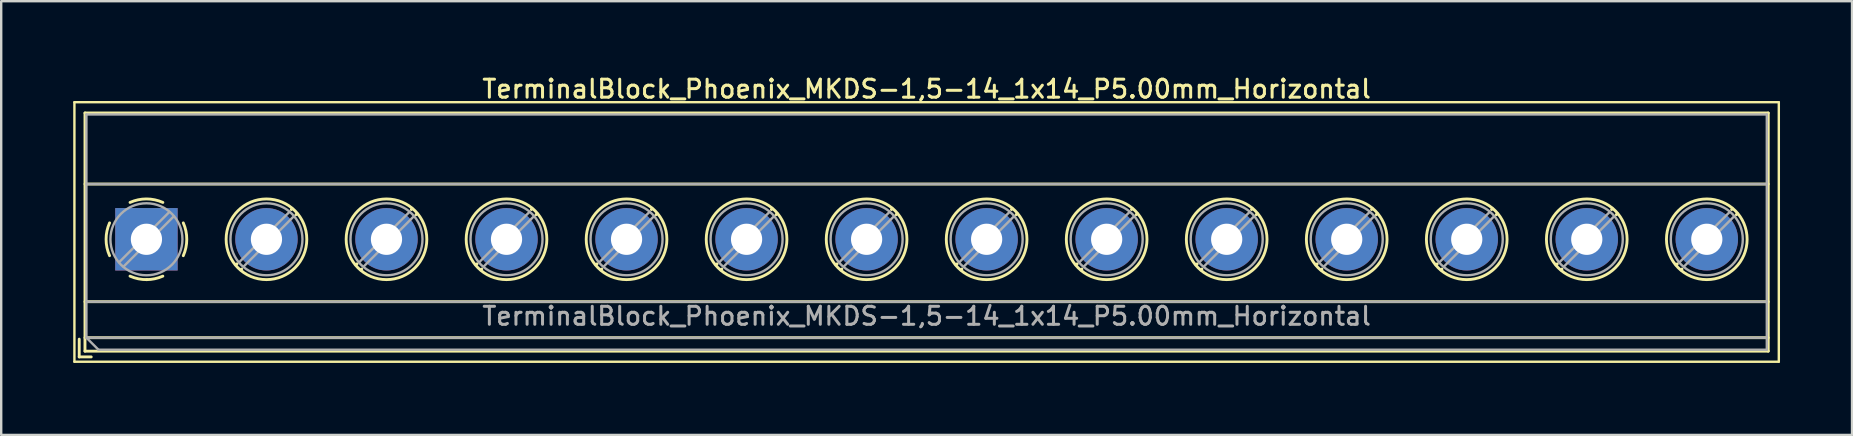
<source format=kicad_pcb>
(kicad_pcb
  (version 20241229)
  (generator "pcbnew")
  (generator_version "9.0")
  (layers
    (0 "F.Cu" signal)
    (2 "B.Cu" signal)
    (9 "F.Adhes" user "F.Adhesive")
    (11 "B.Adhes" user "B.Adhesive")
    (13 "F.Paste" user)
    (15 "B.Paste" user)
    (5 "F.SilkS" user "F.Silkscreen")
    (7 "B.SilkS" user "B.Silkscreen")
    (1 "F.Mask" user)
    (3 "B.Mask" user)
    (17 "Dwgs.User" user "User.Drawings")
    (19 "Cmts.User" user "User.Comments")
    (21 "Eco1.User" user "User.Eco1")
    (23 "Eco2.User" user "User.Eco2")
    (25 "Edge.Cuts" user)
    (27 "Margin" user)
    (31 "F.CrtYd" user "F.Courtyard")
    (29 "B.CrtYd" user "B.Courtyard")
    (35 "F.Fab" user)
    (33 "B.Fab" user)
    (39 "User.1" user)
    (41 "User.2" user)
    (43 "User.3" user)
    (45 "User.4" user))
  (footprint "TerminalBlock_Phoenix_MKDS-1,5-14_1x14_P5.00mm_Horizontal"
    (layer "F.Cu")
    (at 3.05 6.918)
    (property "Reference" "TerminalBlock_Phoenix_MKDS-1,5-14_1x14_P5.00mm_Horizontal" (at 32.5 -6.26 0) (layer "F.SilkS") (effects (font (size 0.75 0.75) (thickness 0.125))))
    (attr through_hole)
    (fp_line (start -3 -5.71) (end -3 5.1) (stroke (width 0.1) (type solid)) (layer "F.SilkS"))
    (fp_line (start -3 5.1) (end 68 5.1) (stroke (width 0.1) (type solid)) (layer "F.SilkS"))
    (fp_line (start -2.8 4.16) (end -2.8 4.9) (stroke (width 0.12) (type solid)) (layer "F.SilkS"))
    (fp_line (start -2.8 4.9) (end -2.3 4.9) (stroke (width 0.12) (type solid)) (layer "F.SilkS"))
    (fp_line (start -2.56 -5.261) (end -2.56 4.66) (stroke (width 0.12) (type solid)) (layer "F.SilkS"))
    (fp_line (start -2.56 -5.261) (end 67.56 -5.261) (stroke (width 0.12) (type solid)) (layer "F.SilkS"))
    (fp_line (start -2.56 -2.301) (end 67.56 -2.301) (stroke (width 0.12) (type solid)) (layer "F.SilkS"))
    (fp_line (start -2.56 2.6) (end 67.56 2.6) (stroke (width 0.12) (type solid)) (layer "F.SilkS"))
    (fp_line (start -2.56 4.1) (end 67.56 4.1) (stroke (width 0.12) (type solid)) (layer "F.SilkS"))
    (fp_line (start -2.56 4.66) (end 67.56 4.66) (stroke (width 0.12) (type solid)) (layer "F.SilkS"))
    (fp_line (start 3.773 1.023) (end 3.726 1.069) (stroke (width 0.12) (type solid)) (layer "F.SilkS"))
    (fp_line (start 3.966 1.239) (end 3.931 1.274) (stroke (width 0.12) (type solid)) (layer "F.SilkS"))
    (fp_line (start 6.07 -1.275) (end 6.035 -1.239) (stroke (width 0.12) (type solid)) (layer "F.SilkS"))
    (fp_line (start 6.275 -1.069) (end 6.228 -1.023) (stroke (width 0.12) (type solid)) (layer "F.SilkS"))
    (fp_line (start 8.773 1.023) (end 8.726 1.069) (stroke (width 0.12) (type solid)) (layer "F.SilkS"))
    (fp_line (start 8.966 1.239) (end 8.931 1.274) (stroke (width 0.12) (type solid)) (layer "F.SilkS"))
    (fp_line (start 11.07 -1.275) (end 11.035 -1.239) (stroke (width 0.12) (type solid)) (layer "F.SilkS"))
    (fp_line (start 11.275 -1.069) (end 11.228 -1.023) (stroke (width 0.12) (type solid)) (layer "F.SilkS"))
    (fp_line (start 13.773 1.023) (end 13.726 1.069) (stroke (width 0.12) (type solid)) (layer "F.SilkS"))
    (fp_line (start 13.966 1.239) (end 13.931 1.274) (stroke (width 0.12) (type solid)) (layer "F.SilkS"))
    (fp_line (start 16.07 -1.275) (end 16.035 -1.239) (stroke (width 0.12) (type solid)) (layer "F.SilkS"))
    (fp_line (start 16.275 -1.069) (end 16.228 -1.023) (stroke (width 0.12) (type solid)) (layer "F.SilkS"))
    (fp_line (start 18.773 1.023) (end 18.726 1.069) (stroke (width 0.12) (type solid)) (layer "F.SilkS"))
    (fp_line (start 18.966 1.239) (end 18.931 1.274) (stroke (width 0.12) (type solid)) (layer "F.SilkS"))
    (fp_line (start 21.07 -1.275) (end 21.035 -1.239) (stroke (width 0.12) (type solid)) (layer "F.SilkS"))
    (fp_line (start 21.275 -1.069) (end 21.228 -1.023) (stroke (width 0.12) (type solid)) (layer "F.SilkS"))
    (fp_line (start 23.773 1.023) (end 23.726 1.069) (stroke (width 0.12) (type solid)) (layer "F.SilkS"))
    (fp_line (start 23.966 1.239) (end 23.931 1.274) (stroke (width 0.12) (type solid)) (layer "F.SilkS"))
    (fp_line (start 26.07 -1.275) (end 26.035 -1.239) (stroke (width 0.12) (type solid)) (layer "F.SilkS"))
    (fp_line (start 26.275 -1.069) (end 26.228 -1.023) (stroke (width 0.12) (type solid)) (layer "F.SilkS"))
    (fp_line (start 28.773 1.023) (end 28.726 1.069) (stroke (width 0.12) (type solid)) (layer "F.SilkS"))
    (fp_line (start 28.966 1.239) (end 28.931 1.274) (stroke (width 0.12) (type solid)) (layer "F.SilkS"))
    (fp_line (start 31.07 -1.275) (end 31.035 -1.239) (stroke (width 0.12) (type solid)) (layer "F.SilkS"))
    (fp_line (start 31.275 -1.069) (end 31.228 -1.023) (stroke (width 0.12) (type solid)) (layer "F.SilkS"))
    (fp_line (start 33.773 1.023) (end 33.726 1.069) (stroke (width 0.12) (type solid)) (layer "F.SilkS"))
    (fp_line (start 33.966 1.239) (end 33.931 1.274) (stroke (width 0.12) (type solid)) (layer "F.SilkS"))
    (fp_line (start 36.07 -1.275) (end 36.035 -1.239) (stroke (width 0.12) (type solid)) (layer "F.SilkS"))
    (fp_line (start 36.275 -1.069) (end 36.228 -1.023) (stroke (width 0.12) (type solid)) (layer "F.SilkS"))
    (fp_line (start 38.773 1.023) (end 38.726 1.069) (stroke (width 0.12) (type solid)) (layer "F.SilkS"))
    (fp_line (start 38.966 1.239) (end 38.931 1.274) (stroke (width 0.12) (type solid)) (layer "F.SilkS"))
    (fp_line (start 41.07 -1.275) (end 41.035 -1.239) (stroke (width 0.12) (type solid)) (layer "F.SilkS"))
    (fp_line (start 41.275 -1.069) (end 41.228 -1.023) (stroke (width 0.12) (type solid)) (layer "F.SilkS"))
    (fp_line (start 43.773 1.023) (end 43.726 1.069) (stroke (width 0.12) (type solid)) (layer "F.SilkS"))
    (fp_line (start 43.966 1.239) (end 43.931 1.274) (stroke (width 0.12) (type solid)) (layer "F.SilkS"))
    (fp_line (start 46.07 -1.275) (end 46.035 -1.239) (stroke (width 0.12) (type solid)) (layer "F.SilkS"))
    (fp_line (start 46.275 -1.069) (end 46.228 -1.023) (stroke (width 0.12) (type solid)) (layer "F.SilkS"))
    (fp_line (start 48.773 1.023) (end 48.726 1.069) (stroke (width 0.12) (type solid)) (layer "F.SilkS"))
    (fp_line (start 48.966 1.239) (end 48.931 1.274) (stroke (width 0.12) (type solid)) (layer "F.SilkS"))
    (fp_line (start 51.07 -1.275) (end 51.035 -1.239) (stroke (width 0.12) (type solid)) (layer "F.SilkS"))
    (fp_line (start 51.275 -1.069) (end 51.228 -1.023) (stroke (width 0.12) (type solid)) (layer "F.SilkS"))
    (fp_line (start 53.773 1.023) (end 53.726 1.069) (stroke (width 0.12) (type solid)) (layer "F.SilkS"))
    (fp_line (start 53.966 1.239) (end 53.931 1.274) (stroke (width 0.12) (type solid)) (layer "F.SilkS"))
    (fp_line (start 56.07 -1.275) (end 56.035 -1.239) (stroke (width 0.12) (type solid)) (layer "F.SilkS"))
    (fp_line (start 56.275 -1.069) (end 56.228 -1.023) (stroke (width 0.12) (type solid)) (layer "F.SilkS"))
    (fp_line (start 58.773 1.023) (end 58.726 1.069) (stroke (width 0.12) (type solid)) (layer "F.SilkS"))
    (fp_line (start 58.966 1.239) (end 58.931 1.274) (stroke (width 0.12) (type solid)) (layer "F.SilkS"))
    (fp_line (start 61.07 -1.275) (end 61.035 -1.239) (stroke (width 0.12) (type solid)) (layer "F.SilkS"))
    (fp_line (start 61.275 -1.069) (end 61.228 -1.023) (stroke (width 0.12) (type solid)) (layer "F.SilkS"))
    (fp_line (start 63.773 1.023) (end 63.726 1.069) (stroke (width 0.12) (type solid)) (layer "F.SilkS"))
    (fp_line (start 63.966 1.239) (end 63.931 1.274) (stroke (width 0.12) (type solid)) (layer "F.SilkS"))
    (fp_line (start 66.07 -1.275) (end 66.035 -1.239) (stroke (width 0.12) (type solid)) (layer "F.SilkS"))
    (fp_line (start 66.275 -1.069) (end 66.228 -1.023) (stroke (width 0.12) (type solid)) (layer "F.SilkS"))
    (fp_line (start 67.56 -5.261) (end 67.56 4.66) (stroke (width 0.12) (type solid)) (layer "F.SilkS"))
    (fp_line (start 68 -5.71) (end -3 -5.71) (stroke (width 0.1) (type solid)) (layer "F.SilkS"))
    (fp_line (start 68 5.1) (end 68 -5.71) (stroke (width 0.1) (type solid)) (layer "F.SilkS"))
    (fp_arc (start -1.535427 0.683042) (mid -1.680501 -0.000524) (end -1.535 -0.684) (stroke (width 0.12) (type solid)) (layer "F.SilkS"))
    (fp_arc (start -0.683042 -1.535427) (mid 0.000524 -1.680501) (end 0.684 -1.535) (stroke (width 0.12) (type solid)) (layer "F.SilkS"))
    (fp_arc (start 0.028805 1.680253) (mid -0.335551 1.646659) (end -0.684 1.535) (stroke (width 0.12) (type solid)) (layer "F.SilkS"))
    (fp_arc (start 0.683318 1.534756) (mid 0.349292 1.643288) (end 0 1.68) (stroke (width 0.12) (type solid)) (layer "F.SilkS"))
    (fp_arc (start 1.535427 -0.683042) (mid 1.680501 0.000524) (end 1.535 0.684) (stroke (width 0.12) (type solid)) (layer "F.SilkS"))
    (fp_circle (center 5 0) (end 6.68 0) (stroke (width 0.12) (type solid)) (fill no) (layer "F.SilkS"))
    (fp_circle (center 10 0) (end 11.68 0) (stroke (width 0.12) (type solid)) (fill no) (layer "F.SilkS"))
    (fp_circle (center 15 0) (end 16.68 0) (stroke (width 0.12) (type solid)) (fill no) (layer "F.SilkS"))
    (fp_circle (center 20 0) (end 21.68 0) (stroke (width 0.12) (type solid)) (fill no) (layer "F.SilkS"))
    (fp_circle (center 25 0) (end 26.68 0) (stroke (width 0.12) (type solid)) (fill no) (layer "F.SilkS"))
    (fp_circle (center 30 0) (end 31.68 0) (stroke (width 0.12) (type solid)) (fill no) (layer "F.SilkS"))
    (fp_circle (center 35 0) (end 36.68 0) (stroke (width 0.12) (type solid)) (fill no) (layer "F.SilkS"))
    (fp_circle (center 40 0) (end 41.68 0) (stroke (width 0.12) (type solid)) (fill no) (layer "F.SilkS"))
    (fp_circle (center 45 0) (end 46.68 0) (stroke (width 0.12) (type solid)) (fill no) (layer "F.SilkS"))
    (fp_circle (center 50 0) (end 51.68 0) (stroke (width 0.12) (type solid)) (fill no) (layer "F.SilkS"))
    (fp_circle (center 55 0) (end 56.68 0) (stroke (width 0.12) (type solid)) (fill no) (layer "F.SilkS"))
    (fp_circle (center 60 0) (end 61.68 0) (stroke (width 0.12) (type solid)) (fill no) (layer "F.SilkS"))
    (fp_circle (center 65 0) (end 66.68 0) (stroke (width 0.12) (type solid)) (fill no) (layer "F.SilkS"))
    (fp_line (start -2.5 -5.2) (end 67.5 -5.2) (stroke (width 0.1) (type solid)) (layer "F.Fab"))
    (fp_line (start -2.5 -2.3) (end 67.5 -2.3) (stroke (width 0.1) (type solid)) (layer "F.Fab"))
    (fp_line (start -2.5 2.6) (end 67.5 2.6) (stroke (width 0.1) (type solid)) (layer "F.Fab"))
    (fp_line (start -2.5 4.1) (end -2.5 -5.2) (stroke (width 0.1) (type solid)) (layer "F.Fab"))
    (fp_line (start -2.5 4.1) (end 67.5 4.1) (stroke (width 0.1) (type solid)) (layer "F.Fab"))
    (fp_line (start -2 4.6) (end -2.5 4.1) (stroke (width 0.1) (type solid)) (layer "F.Fab"))
    (fp_line (start 0.955 -1.138) (end -1.138 0.955) (stroke (width 0.1) (type solid)) (layer "F.Fab"))
    (fp_line (start 1.138 -0.955) (end -0.955 1.138) (stroke (width 0.1) (type solid)) (layer "F.Fab"))
    (fp_line (start 5.955 -1.138) (end 3.863 0.955) (stroke (width 0.1) (type solid)) (layer "F.Fab"))
    (fp_line (start 6.138 -0.955) (end 4.046 1.138) (stroke (width 0.1) (type solid)) (layer "F.Fab"))
    (fp_line (start 10.955 -1.138) (end 8.863 0.955) (stroke (width 0.1) (type solid)) (layer "F.Fab"))
    (fp_line (start 11.138 -0.955) (end 9.046 1.138) (stroke (width 0.1) (type solid)) (layer "F.Fab"))
    (fp_line (start 15.955 -1.138) (end 13.863 0.955) (stroke (width 0.1) (type solid)) (layer "F.Fab"))
    (fp_line (start 16.138 -0.955) (end 14.046 1.138) (stroke (width 0.1) (type solid)) (layer "F.Fab"))
    (fp_line (start 20.955 -1.138) (end 18.863 0.955) (stroke (width 0.1) (type solid)) (layer "F.Fab"))
    (fp_line (start 21.138 -0.955) (end 19.046 1.138) (stroke (width 0.1) (type solid)) (layer "F.Fab"))
    (fp_line (start 25.955 -1.138) (end 23.863 0.955) (stroke (width 0.1) (type solid)) (layer "F.Fab"))
    (fp_line (start 26.138 -0.955) (end 24.046 1.138) (stroke (width 0.1) (type solid)) (layer "F.Fab"))
    (fp_line (start 30.955 -1.138) (end 28.863 0.955) (stroke (width 0.1) (type solid)) (layer "F.Fab"))
    (fp_line (start 31.138 -0.955) (end 29.046 1.138) (stroke (width 0.1) (type solid)) (layer "F.Fab"))
    (fp_line (start 35.955 -1.138) (end 33.863 0.955) (stroke (width 0.1) (type solid)) (layer "F.Fab"))
    (fp_line (start 36.138 -0.955) (end 34.046 1.138) (stroke (width 0.1) (type solid)) (layer "F.Fab"))
    (fp_line (start 40.955 -1.138) (end 38.863 0.955) (stroke (width 0.1) (type solid)) (layer "F.Fab"))
    (fp_line (start 41.138 -0.955) (end 39.046 1.138) (stroke (width 0.1) (type solid)) (layer "F.Fab"))
    (fp_line (start 45.955 -1.138) (end 43.863 0.955) (stroke (width 0.1) (type solid)) (layer "F.Fab"))
    (fp_line (start 46.138 -0.955) (end 44.046 1.138) (stroke (width 0.1) (type solid)) (layer "F.Fab"))
    (fp_line (start 50.955 -1.138) (end 48.863 0.955) (stroke (width 0.1) (type solid)) (layer "F.Fab"))
    (fp_line (start 51.138 -0.955) (end 49.046 1.138) (stroke (width 0.1) (type solid)) (layer "F.Fab"))
    (fp_line (start 55.955 -1.138) (end 53.863 0.955) (stroke (width 0.1) (type solid)) (layer "F.Fab"))
    (fp_line (start 56.138 -0.955) (end 54.046 1.138) (stroke (width 0.1) (type solid)) (layer "F.Fab"))
    (fp_line (start 60.955 -1.138) (end 58.863 0.955) (stroke (width 0.1) (type solid)) (layer "F.Fab"))
    (fp_line (start 61.138 -0.955) (end 59.046 1.138) (stroke (width 0.1) (type solid)) (layer "F.Fab"))
    (fp_line (start 65.955 -1.138) (end 63.863 0.955) (stroke (width 0.1) (type solid)) (layer "F.Fab"))
    (fp_line (start 66.138 -0.955) (end 64.046 1.138) (stroke (width 0.1) (type solid)) (layer "F.Fab"))
    (fp_line (start 67.5 -5.2) (end 67.5 4.6) (stroke (width 0.1) (type solid)) (layer "F.Fab"))
    (fp_line (start 67.5 4.6) (end -2 4.6) (stroke (width 0.1) (type solid)) (layer "F.Fab"))
    (fp_circle (center 0 0) (end 1.5 0) (stroke (width 0.1) (type solid)) (fill no) (layer "F.Fab"))
    (fp_circle (center 5 0) (end 6.5 0) (stroke (width 0.1) (type solid)) (fill no) (layer "F.Fab"))
    (fp_circle (center 10 0) (end 11.5 0) (stroke (width 0.1) (type solid)) (fill no) (layer "F.Fab"))
    (fp_circle (center 15 0) (end 16.5 0) (stroke (width 0.1) (type solid)) (fill no) (layer "F.Fab"))
    (fp_circle (center 20 0) (end 21.5 0) (stroke (width 0.1) (type solid)) (fill no) (layer "F.Fab"))
    (fp_circle (center 25 0) (end 26.5 0) (stroke (width 0.1) (type solid)) (fill no) (layer "F.Fab"))
    (fp_circle (center 30 0) (end 31.5 0) (stroke (width 0.1) (type solid)) (fill no) (layer "F.Fab"))
    (fp_circle (center 35 0) (end 36.5 0) (stroke (width 0.1) (type solid)) (fill no) (layer "F.Fab"))
    (fp_circle (center 40 0) (end 41.5 0) (stroke (width 0.1) (type solid)) (fill no) (layer "F.Fab"))
    (fp_circle (center 45 0) (end 46.5 0) (stroke (width 0.1) (type solid)) (fill no) (layer "F.Fab"))
    (fp_circle (center 50 0) (end 51.5 0) (stroke (width 0.1) (type solid)) (fill no) (layer "F.Fab"))
    (fp_circle (center 55 0) (end 56.5 0) (stroke (width 0.1) (type solid)) (fill no) (layer "F.Fab"))
    (fp_circle (center 60 0) (end 61.5 0) (stroke (width 0.1) (type solid)) (fill no) (layer "F.Fab"))
    (fp_circle (center 65 0) (end 66.5 0) (stroke (width 0.1) (type solid)) (fill no) (layer "F.Fab"))
    (fp_text user "${REFERENCE}" (at 32.5 3.2 0) (layer "F.Fab") (effects (font (size 0.75 0.75) (thickness 0.125))))
    (pad "1" thru_hole rect (at 0 0) (size 2.6 2.6) (drill 1.3) (layers "*.Cu" "*.Mask"))
    (pad "2" thru_hole circle (at 5 0) (size 2.6 2.6) (drill 1.3) (layers "*.Cu" "*.Mask"))
    (pad "3" thru_hole circle (at 10 0) (size 2.6 2.6) (drill 1.3) (layers "*.Cu" "*.Mask"))
    (pad "4" thru_hole circle (at 15 0) (size 2.6 2.6) (drill 1.3) (layers "*.Cu" "*.Mask"))
    (pad "5" thru_hole circle (at 20 0) (size 2.6 2.6) (drill 1.3) (layers "*.Cu" "*.Mask"))
    (pad "6" thru_hole circle (at 25 0) (size 2.6 2.6) (drill 1.3) (layers "*.Cu" "*.Mask"))
    (pad "7" thru_hole circle (at 30 0) (size 2.6 2.6) (drill 1.3) (layers "*.Cu" "*.Mask"))
    (pad "8" thru_hole circle (at 35 0) (size 2.6 2.6) (drill 1.3) (layers "*.Cu" "*.Mask"))
    (pad "9" thru_hole circle (at 40 0) (size 2.6 2.6) (drill 1.3) (layers "*.Cu" "*.Mask"))
    (pad "10" thru_hole circle (at 45 0) (size 2.6 2.6) (drill 1.3) (layers "*.Cu" "*.Mask"))
    (pad "11" thru_hole circle (at 50 0) (size 2.6 2.6) (drill 1.3) (layers "*.Cu" "*.Mask"))
    (pad "12" thru_hole circle (at 55 0) (size 2.6 2.6) (drill 1.3) (layers "*.Cu" "*.Mask"))
    (pad "13" thru_hole circle (at 60 0) (size 2.6 2.6) (drill 1.3) (layers "*.Cu" "*.Mask"))
    (pad "14" thru_hole circle (at 65 0) (size 2.6 2.6) (drill 1.3) (layers "*.Cu" "*.Mask")))
  (gr_rect
    (start -3 -3)
    (end 74.1 15.068)
    (stroke (width 0.1) (type default))
    (fill no)
    (layer "Edge.Cuts")))
</source>
